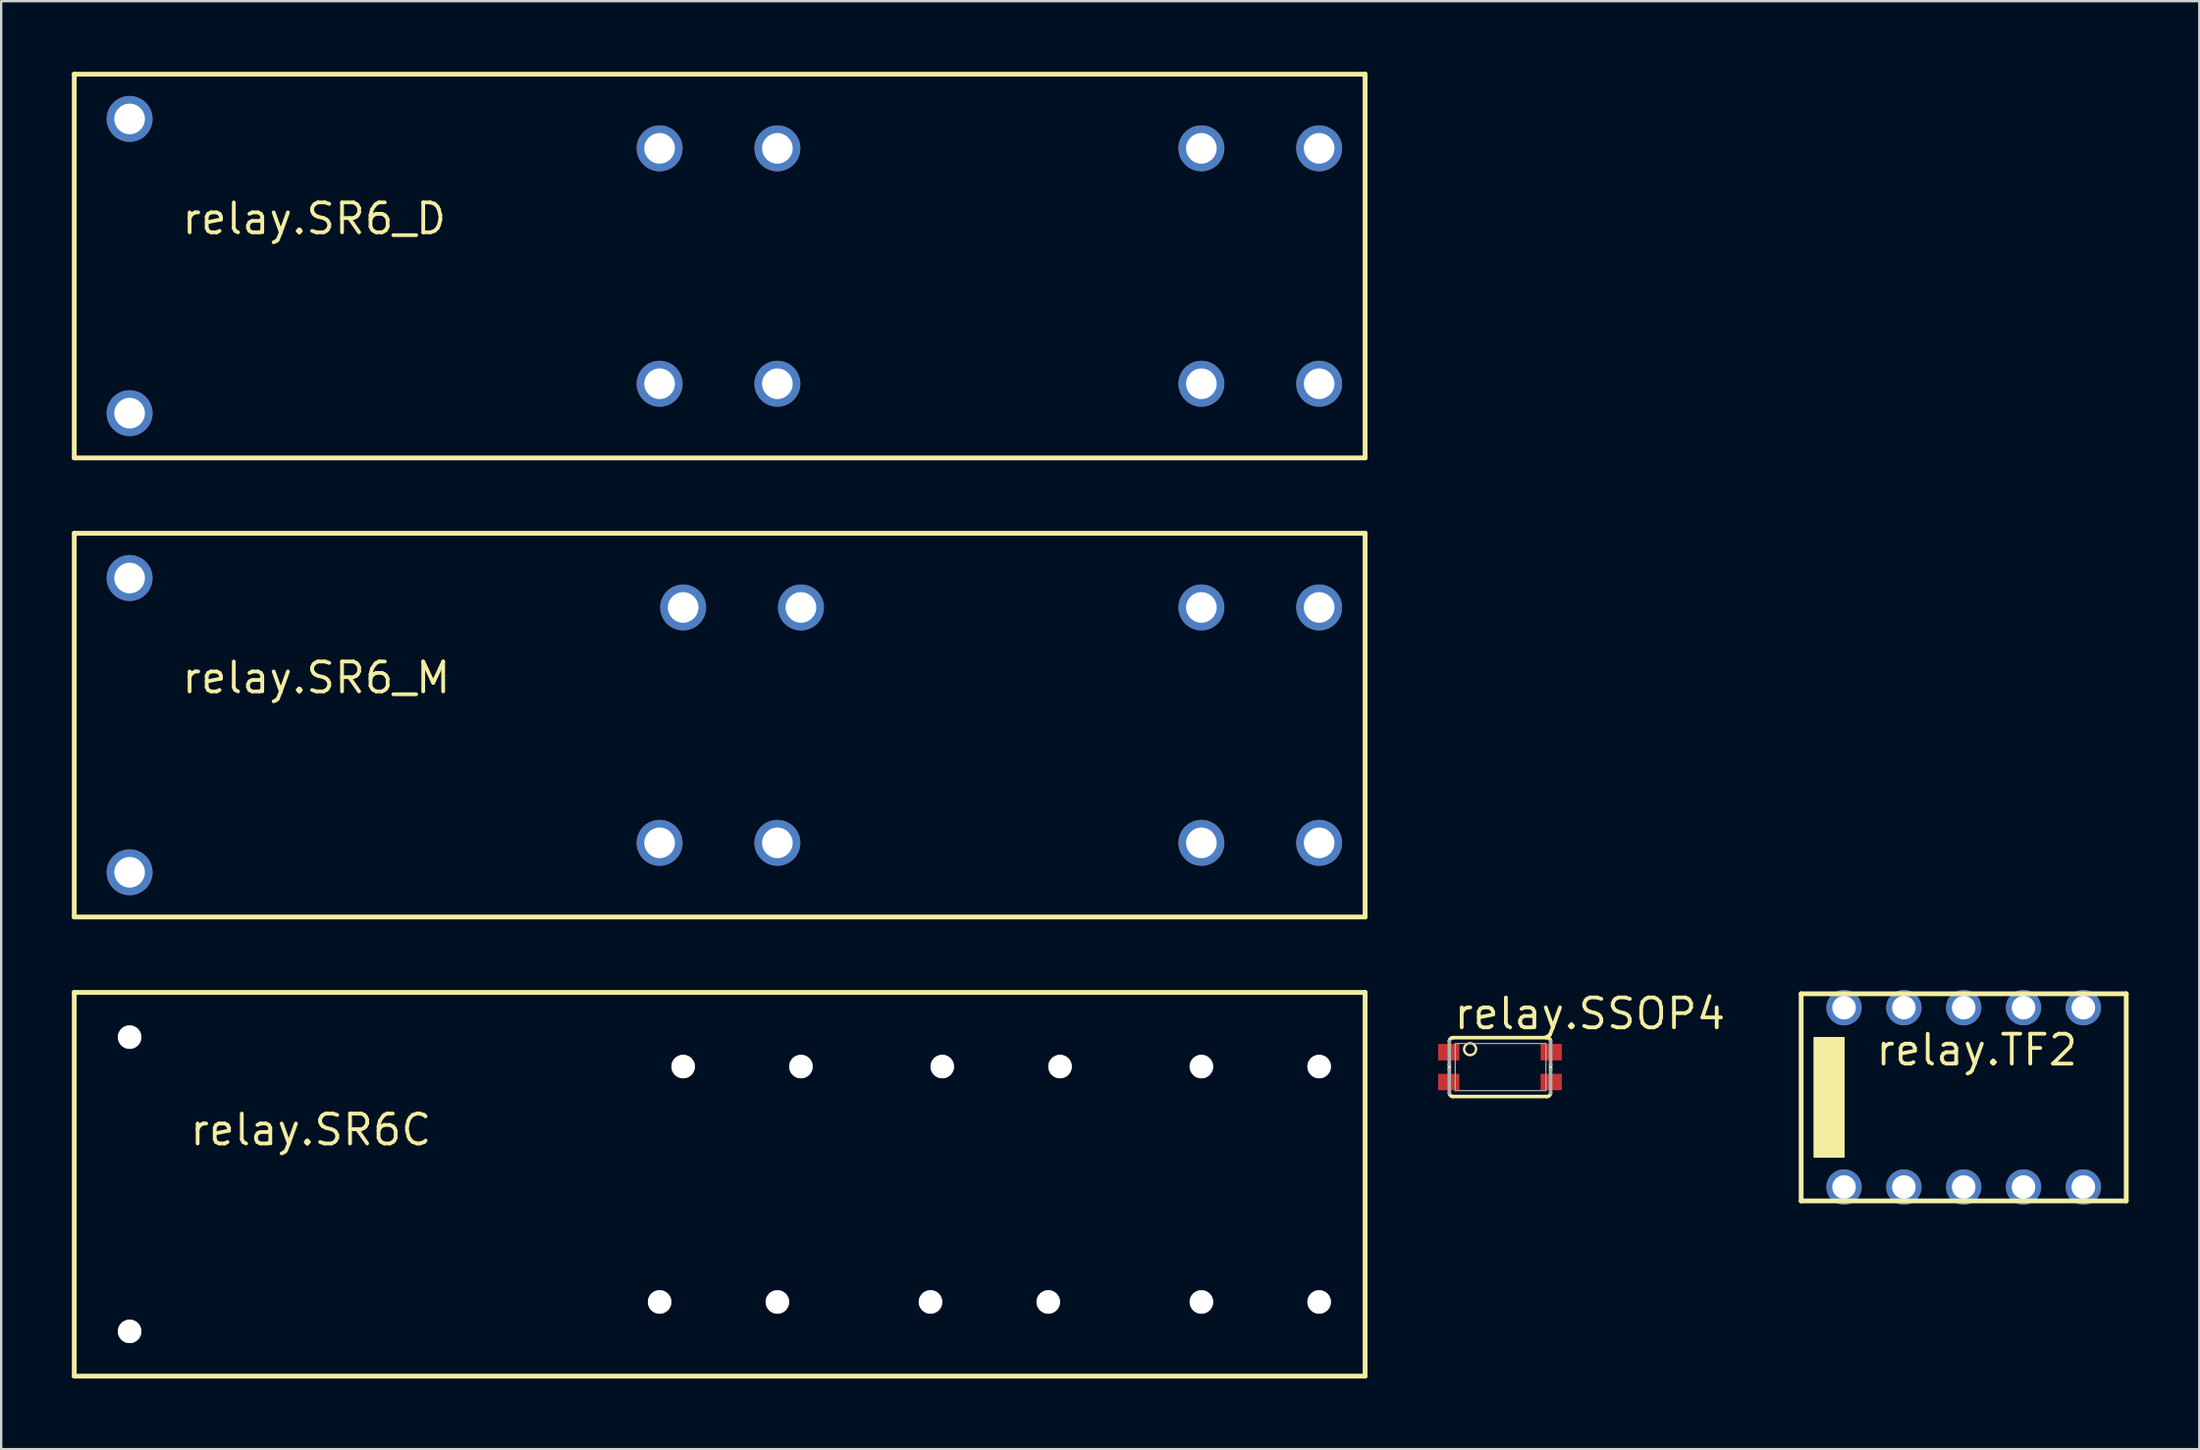
<source format=kicad_pcb>
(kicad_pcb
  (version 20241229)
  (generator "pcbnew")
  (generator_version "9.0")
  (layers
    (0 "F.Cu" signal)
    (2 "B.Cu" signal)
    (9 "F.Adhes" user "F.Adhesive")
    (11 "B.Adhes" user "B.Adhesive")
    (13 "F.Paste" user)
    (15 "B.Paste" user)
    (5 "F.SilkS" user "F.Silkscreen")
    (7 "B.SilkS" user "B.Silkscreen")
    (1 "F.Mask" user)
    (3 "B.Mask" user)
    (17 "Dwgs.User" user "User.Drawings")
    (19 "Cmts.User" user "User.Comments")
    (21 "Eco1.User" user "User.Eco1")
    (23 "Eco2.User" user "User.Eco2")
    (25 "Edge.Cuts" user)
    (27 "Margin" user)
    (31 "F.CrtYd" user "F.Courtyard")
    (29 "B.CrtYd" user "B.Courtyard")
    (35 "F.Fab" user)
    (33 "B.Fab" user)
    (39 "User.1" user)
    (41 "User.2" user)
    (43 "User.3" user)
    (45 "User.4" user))
  (footprint "relay.SR6C"
    (layer "F.Cu")
    (at 25.252 46.958)
    (property "Reference" "relay.SR6C" (at -20.32 -1.27 0) (layer "F.SilkS") (effects (font (size 1.27 1.27) (thickness 0.16)) (justify left bottom)))
    (attr through_hole)
    (fp_line (start -25.15 -7.85) (end 29.65 -7.85) (stroke (width 0.203) (type default)) (layer "F.SilkS"))
    (fp_line (start -25.15 8.45) (end -25.15 -7.85) (stroke (width 0.203) (type default)) (layer "F.SilkS"))
    (fp_line (start 29.65 -7.85) (end 29.65 8.45) (stroke (width 0.203) (type default)) (layer "F.SilkS"))
    (fp_line (start 29.65 8.45) (end -25.15 8.45) (stroke (width 0.203) (type default)) (layer "F.SilkS"))
    (pad "13" thru_hole circle (at 5.7 -4.7) (size 1 1) (drill 1.3) (layers "*.Cu" "*.Mask"))
    (pad "14" thru_hole circle (at 0.7 -4.7) (size 1 1) (drill 1.3) (layers "*.Cu" "*.Mask"))
    (pad "21" thru_hole circle (at -0.3 5.3) (size 1 1) (drill 1.3) (layers "*.Cu" "*.Mask"))
    (pad "22" thru_hole circle (at 4.7 5.3) (size 1 1) (drill 1.3) (layers "*.Cu" "*.Mask"))
    (pad "33" thru_hole circle (at 16.7 -4.7) (size 1 1) (drill 1.3) (layers "*.Cu" "*.Mask"))
    (pad "34" thru_hole circle (at 11.7 -4.7) (size 1 1) (drill 1.3) (layers "*.Cu" "*.Mask"))
    (pad "43" thru_hole circle (at 16.2 5.3) (size 1 1) (drill 1.3) (layers "*.Cu" "*.Mask"))
    (pad "44" thru_hole circle (at 11.2 5.3) (size 1 1) (drill 1.3) (layers "*.Cu" "*.Mask"))
    (pad "53" thru_hole circle (at 27.7 -4.7) (size 1 1) (drill 1.3) (layers "*.Cu" "*.Mask"))
    (pad "54" thru_hole circle (at 22.7 -4.7) (size 1 1) (drill 1.3) (layers "*.Cu" "*.Mask"))
    (pad "63" thru_hole circle (at 27.7 5.3) (size 1 1) (drill 1.3) (layers "*.Cu" "*.Mask"))
    (pad "64" thru_hole circle (at 22.7 5.3) (size 1 1) (drill 1.3) (layers "*.Cu" "*.Mask"))
    (pad "A1" thru_hole circle (at -22.8 -5.95) (size 1 1) (drill 1.3) (layers "*.Cu" "*.Mask"))
    (pad "A2" thru_hole circle (at -22.8 6.55) (size 1 1) (drill 1.3) (layers "*.Cu" "*.Mask")))
  (footprint "relay.SR6_M"
    (layer "F.Cu")
    (at 27.452 27.755)
    (property "Reference" "relay.SR6_M" (at -22.86 -1.27 0) (layer "F.SilkS") (effects (font (size 1.27 1.27) (thickness 0.16)) (justify left bottom)))
    (attr through_hole)
    (fp_line (start -27.35 -8.15) (end 27.45 -8.15) (stroke (width 0.203) (type default)) (layer "F.SilkS"))
    (fp_line (start -27.35 8.15) (end -27.35 -8.15) (stroke (width 0.203) (type default)) (layer "F.SilkS"))
    (fp_line (start 27.45 -8.15) (end 27.45 8.15) (stroke (width 0.203) (type default)) (layer "F.SilkS"))
    (fp_line (start 27.45 8.15) (end -27.35 8.15) (stroke (width 0.203) (type default)) (layer "F.SilkS"))
    (pad "13" thru_hole circle (at 3.5 -5) (size 1.95 1.95) (drill 1.3) (layers "*.Cu" "*.Mask"))
    (pad "14" thru_hole circle (at -1.5 -5) (size 1.95 1.95) (drill 1.3) (layers "*.Cu" "*.Mask"))
    (pad "21" thru_hole circle (at -2.5 5) (size 1.95 1.95) (drill 1.3) (layers "*.Cu" "*.Mask"))
    (pad "22" thru_hole circle (at 2.5 5) (size 1.95 1.95) (drill 1.3) (layers "*.Cu" "*.Mask"))
    (pad "33" thru_hole circle (at 25.5 -5) (size 1.95 1.95) (drill 1.3) (layers "*.Cu" "*.Mask"))
    (pad "34" thru_hole circle (at 20.5 -5) (size 1.95 1.95) (drill 1.3) (layers "*.Cu" "*.Mask"))
    (pad "43" thru_hole circle (at 25.5 5) (size 1.95 1.95) (drill 1.3) (layers "*.Cu" "*.Mask"))
    (pad "44" thru_hole circle (at 20.5 5) (size 1.95 1.95) (drill 1.3) (layers "*.Cu" "*.Mask"))
    (pad "A1" thru_hole circle (at -25 -6.25) (size 1.95 1.95) (drill 1.3) (layers "*.Cu" "*.Mask"))
    (pad "A2" thru_hole circle (at -25 6.25) (size 1.95 1.95) (drill 1.3) (layers "*.Cu" "*.Mask")))
  (footprint "relay.SR6_D"
    (layer "F.Cu")
    (at 27.452 8.252)
    (property "Reference" "relay.SR6_D" (at -22.86 -1.27 0) (layer "F.SilkS") (effects (font (size 1.27 1.27) (thickness 0.16)) (justify left bottom)))
    (attr through_hole)
    (fp_line (start -27.35 -8.15) (end 27.45 -8.15) (stroke (width 0.203) (type default)) (layer "F.SilkS"))
    (fp_line (start -27.35 8.15) (end -27.35 -8.15) (stroke (width 0.203) (type default)) (layer "F.SilkS"))
    (fp_line (start 27.45 -8.15) (end 27.45 8.15) (stroke (width 0.203) (type default)) (layer "F.SilkS"))
    (fp_line (start 27.45 8.15) (end -27.35 8.15) (stroke (width 0.203) (type default)) (layer "F.SilkS"))
    (pad "11" thru_hole circle (at 2.5 -5) (size 1.95 1.95) (drill 1.3) (layers "*.Cu" "*.Mask"))
    (pad "12" thru_hole circle (at -2.5 -5) (size 1.95 1.95) (drill 1.3) (layers "*.Cu" "*.Mask"))
    (pad "21" thru_hole circle (at -2.5 5) (size 1.95 1.95) (drill 1.3) (layers "*.Cu" "*.Mask"))
    (pad "22" thru_hole circle (at 2.5 5) (size 1.95 1.95) (drill 1.3) (layers "*.Cu" "*.Mask"))
    (pad "33" thru_hole circle (at 25.5 -5) (size 1.95 1.95) (drill 1.3) (layers "*.Cu" "*.Mask"))
    (pad "34" thru_hole circle (at 20.5 -5) (size 1.95 1.95) (drill 1.3) (layers "*.Cu" "*.Mask"))
    (pad "43" thru_hole circle (at 25.5 5) (size 1.95 1.95) (drill 1.3) (layers "*.Cu" "*.Mask"))
    (pad "44" thru_hole circle (at 20.5 5) (size 1.95 1.95) (drill 1.3) (layers "*.Cu" "*.Mask"))
    (pad "A1" thru_hole circle (at -25 -6.25) (size 1.95 1.95) (drill 1.3) (layers "*.Cu" "*.Mask"))
    (pad "A2" thru_hole circle (at -25 6.25) (size 1.95 1.95) (drill 1.3) (layers "*.Cu" "*.Mask")))
  (footprint "relay.TF2"
    (layer "F.Cu")
    (at 80.314 43.566)
    (property "Reference" "relay.TF2" (at -3.81 -1.27 0) (layer "F.SilkS") (effects (font (size 1.27 1.27) (thickness 0.16)) (justify left bottom)))
    (attr through_hole)
    (fp_line (start -6.9 -4.4) (end 6.9 -4.4) (stroke (width 0.203) (type default)) (layer "F.SilkS"))
    (fp_line (start -6.9 4.4) (end -6.9 -4.4) (stroke (width 0.203) (type default)) (layer "F.SilkS"))
    (fp_line (start 6.9 -4.4) (end 6.9 4.4) (stroke (width 0.203) (type default)) (layer "F.SilkS"))
    (fp_line (start 6.9 4.4) (end -6.9 4.4) (stroke (width 0.203) (type default)) (layer "F.SilkS"))
    (fp_rect (start -6.35 2.54) (end -5.08 -2.54) (stroke (width 0.05) (type default)) (fill yes) (layer "F.SilkS"))
    (pad "1" thru_hole circle (at -5.08 3.81) (size 1.5 1.5) (drill 1) (layers "*.Cu" "*.Mask"))
    (pad "2" thru_hole circle (at -2.54 3.81) (size 1.5 1.5) (drill 1) (layers "*.Cu" "*.Mask"))
    (pad "3" thru_hole circle (at 0 3.81) (size 1.5 1.5) (drill 1) (layers "*.Cu" "*.Mask"))
    (pad "4" thru_hole circle (at 2.54 3.81) (size 1.5 1.5) (drill 1) (layers "*.Cu" "*.Mask"))
    (pad "5" thru_hole circle (at 5.08 3.81) (size 1.5 1.5) (drill 1) (layers "*.Cu" "*.Mask"))
    (pad "6" thru_hole circle (at 5.08 -3.81) (size 1.5 1.5) (drill 1) (layers "*.Cu" "*.Mask"))
    (pad "7" thru_hole circle (at 2.54 -3.81) (size 1.5 1.5) (drill 1) (layers "*.Cu" "*.Mask"))
    (pad "8" thru_hole circle (at 0 -3.81) (size 1.5 1.5) (drill 1) (layers "*.Cu" "*.Mask"))
    (pad "9" thru_hole circle (at -2.54 -3.81) (size 1.5 1.5) (drill 1) (layers "*.Cu" "*.Mask"))
    (pad "10" thru_hole circle (at -5.08 -3.81) (size 1.5 1.5) (drill 1) (layers "*.Cu" "*.Mask")))
  (footprint "relay.SSOP4"
    (layer "F.Cu")
    (at 60.628 42.28)
    (property "Reference" "relay.SSOP4" (at -2.032 -1.524 0) (layer "F.SilkS") (effects (font (size 1.27 1.27) (thickness 0.16)) (justify left bottom)))
    (attr smd)
    (fp_line (start -2.15 0.1) (end -2.15 -0.1) (stroke (width 0.152) (type default)) (layer "F.SilkS"))
    (fp_line (start -2 -1.25) (end 2 -1.25) (stroke (width 0.152) (type default)) (layer "F.SilkS"))
    (fp_line (start 2 1.25) (end -2 1.25) (stroke (width 0.152) (type default)) (layer "F.SilkS"))
    (fp_line (start 2.15 -0.1) (end 2.15 0.1) (stroke (width 0.152) (type default)) (layer "F.SilkS"))
    (fp_arc (start -2.15 -1.1) (mid -2.106066 -1.206066) (end -2 -1.25) (stroke (width 0.1524) (type default)) (layer "F.SilkS"))
    (fp_arc (start -2 1.25) (mid -2.106066 1.206066) (end -2.15 1.1) (stroke (width 0.1524) (type default)) (layer "F.SilkS"))
    (fp_arc (start 2 -1.25) (mid 2.106066 -1.206066) (end 2.15 -1.1) (stroke (width 0.1524) (type default)) (layer "F.SilkS"))
    (fp_arc (start 2.15 1.1) (mid 2.106066 1.206066) (end 2 1.25) (stroke (width 0.1524) (type default)) (layer "F.SilkS"))
    (fp_circle (center -1.27 -0.762) (end -1.016 -0.762) (stroke (width 0.1) (type default)) (fill no) (layer "F.SilkS"))
    (fp_line (start -2.15 -0.1) (end -2.15 -1.1) (stroke (width 0.152) (type default)) (layer "F.Fab"))
    (fp_line (start -2.15 1.1) (end -2.15 0.1) (stroke (width 0.152) (type default)) (layer "F.Fab"))
    (fp_line (start -1.9 -1) (end 1.95 -1) (stroke (width 0.051) (type default)) (layer "F.Fab"))
    (fp_line (start -1.9 1) (end -1.9 -1) (stroke (width 0.051) (type default)) (layer "F.Fab"))
    (fp_line (start 1.95 -1) (end 1.95 1) (stroke (width 0.051) (type default)) (layer "F.Fab"))
    (fp_line (start 1.95 1) (end -1.9 1) (stroke (width 0.051) (type default)) (layer "F.Fab"))
    (fp_line (start 2.15 -1.1) (end 2.15 -0.1) (stroke (width 0.152) (type default)) (layer "F.Fab"))
    (fp_line (start 2.15 0.1) (end 2.15 1.1) (stroke (width 0.152) (type default)) (layer "F.Fab"))
    (pad "1" smd roundrect (at -2.175 -0.635) (size 0.9 0.7) (layers "F.Cu" "F.Mask" "F.Paste") (roundrect_rratio 0.01))
    (pad "2" smd roundrect (at -2.175 0.635) (size 0.9 0.7) (layers "F.Cu" "F.Mask" "F.Paste") (roundrect_rratio 0.01))
    (pad "3" smd roundrect (at 2.175 0.635) (size 0.9 0.7) (layers "F.Cu" "F.Mask" "F.Paste") (roundrect_rratio 0.01))
    (pad "4" smd roundrect (at 2.175 -0.635) (size 0.9 0.7) (layers "F.Cu" "F.Mask" "F.Paste") (roundrect_rratio 0.01)))
  (gr_rect
    (start -3 -3)
    (end 90.316 58.51)
    (stroke (width 0.1) (type default))
    (fill no)
    (layer "Edge.Cuts")))
</source>
